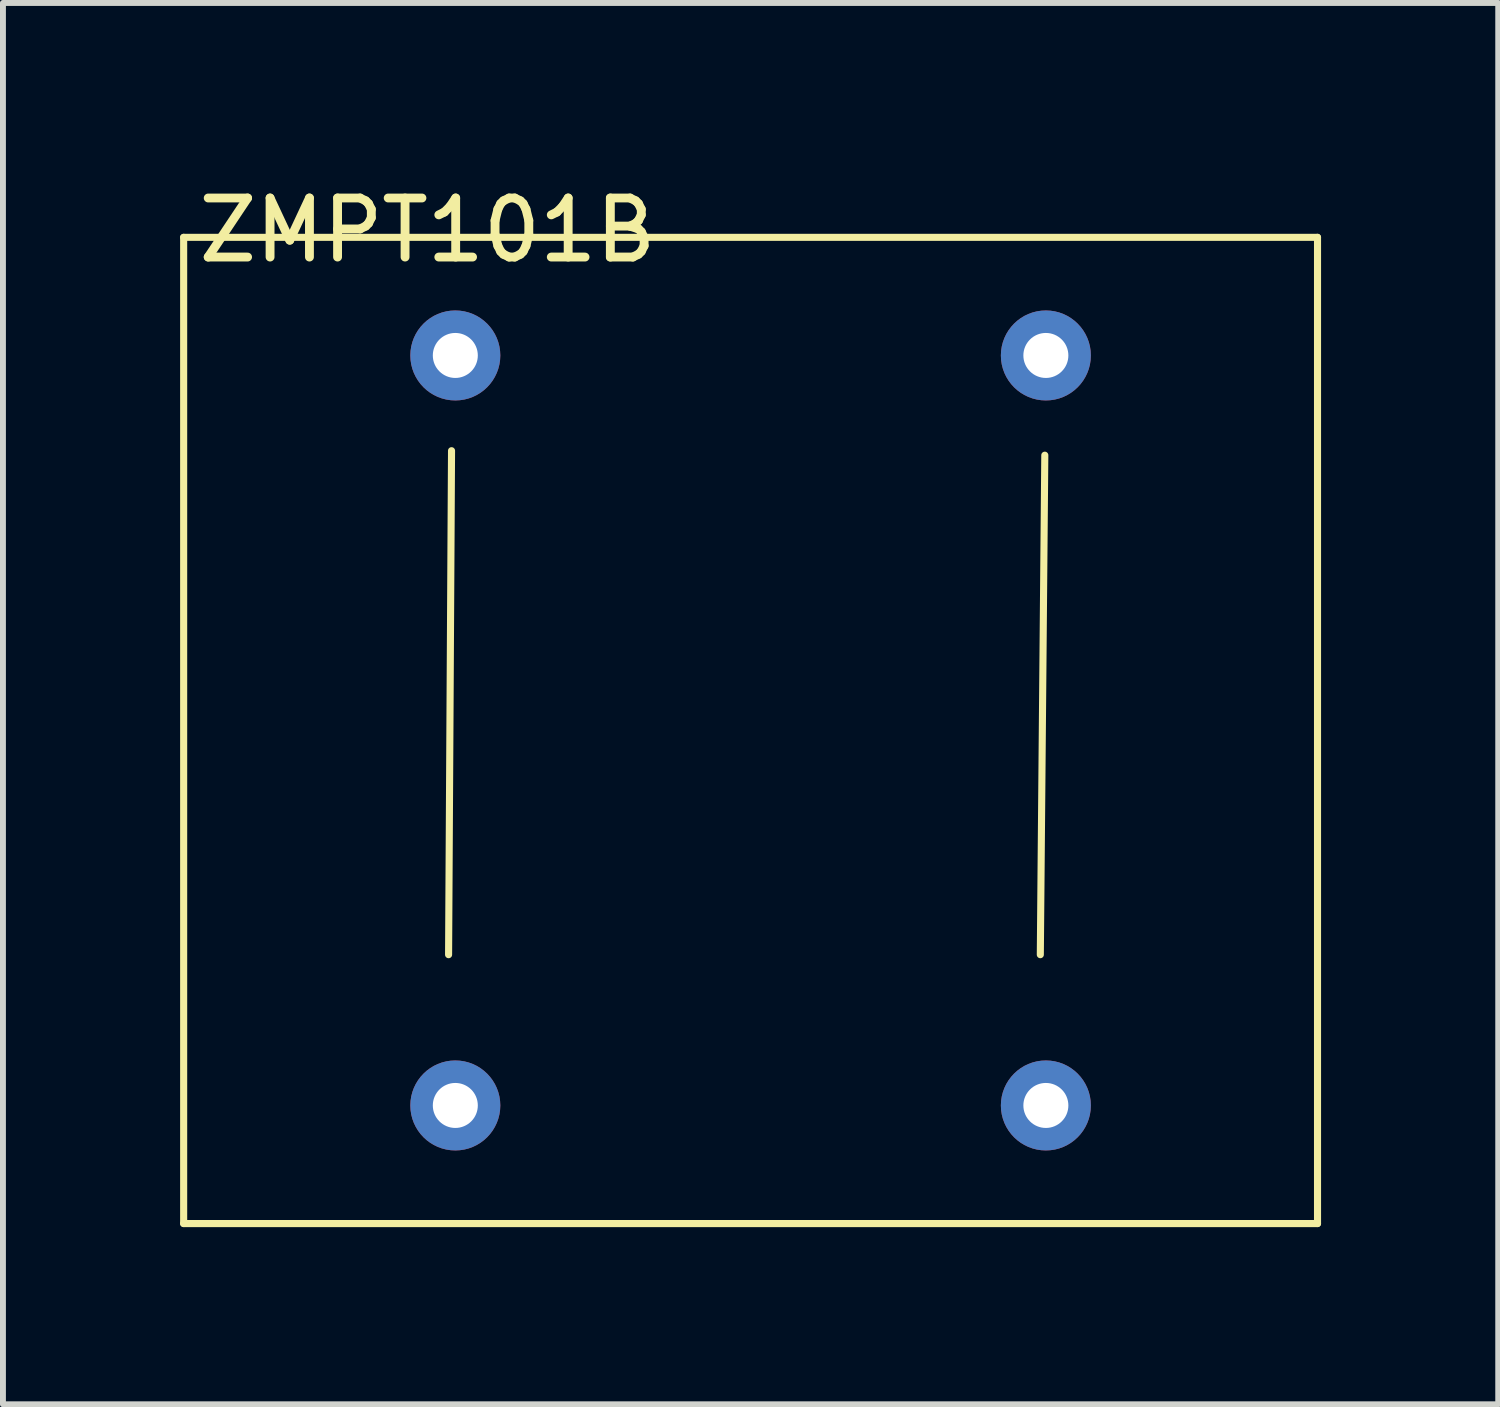
<source format=kicad_pcb>
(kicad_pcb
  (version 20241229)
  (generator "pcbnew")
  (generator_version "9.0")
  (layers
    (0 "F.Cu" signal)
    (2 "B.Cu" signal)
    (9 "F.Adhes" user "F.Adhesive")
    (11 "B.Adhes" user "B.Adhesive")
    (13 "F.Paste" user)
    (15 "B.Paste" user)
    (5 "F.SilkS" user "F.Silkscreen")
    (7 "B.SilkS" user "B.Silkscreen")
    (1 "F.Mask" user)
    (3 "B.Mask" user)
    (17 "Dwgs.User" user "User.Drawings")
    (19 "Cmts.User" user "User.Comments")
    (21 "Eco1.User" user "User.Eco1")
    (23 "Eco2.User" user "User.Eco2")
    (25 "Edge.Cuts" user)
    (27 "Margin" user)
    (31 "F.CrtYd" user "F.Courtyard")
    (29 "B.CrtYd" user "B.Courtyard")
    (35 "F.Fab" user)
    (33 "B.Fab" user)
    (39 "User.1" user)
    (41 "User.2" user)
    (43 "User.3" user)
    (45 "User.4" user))
  (footprint "ZMPT101B"
    (layer "F.Cu")
    (at 4.66 2.969)
    (property "Reference" "ZMPT101B" (at -0.47 -2.121 0) (layer "F.SilkS") (effects (font (size 1 1) (thickness 0.15))))
    (attr through_hole)
    (fp_line (start -4.6 -2) (end -4.6 14.7) (stroke (width 0.12) (type solid)) (layer "F.SilkS"))
    (fp_line (start -0.064 1.613) (end -0.114 10.147) (stroke (width 0.12) (type solid)) (layer "F.SilkS"))
    (fp_line (start 9.982 1.689) (end 9.906 10.147) (stroke (width 0.12) (type solid)) (layer "F.SilkS"))
    (fp_line (start 14.6 -2) (end -4.6 -2) (stroke (width 0.12) (type solid)) (layer "F.SilkS"))
    (fp_line (start 14.6 -2) (end 14.6 14.7) (stroke (width 0.12) (type solid)) (layer "F.SilkS"))
    (fp_line (start 14.6 14.7) (end -4.6 14.7) (stroke (width 0.12) (type solid)) (layer "F.SilkS"))
    (pad "1" thru_hole circle (at 10 0) (size 1.524 1.524) (drill 0.762) (layers "*.Cu" "*.Mask"))
    (pad "2" thru_hole circle (at 10 12.7) (size 1.524 1.524) (drill 0.762) (layers "*.Cu" "*.Mask"))
    (pad "3" thru_hole circle (at 0 12.7) (size 1.524 1.524) (drill 0.762) (layers "*.Cu" "*.Mask"))
    (pad "4" thru_hole circle (at 0 0) (size 1.524 1.524) (drill 0.762) (layers "*.Cu" "*.Mask")))
  (gr_rect
    (start -3 -3)
    (end 22.32 20.729)
    (stroke (width 0.1) (type default))
    (fill no)
    (layer "Edge.Cuts")))
</source>
